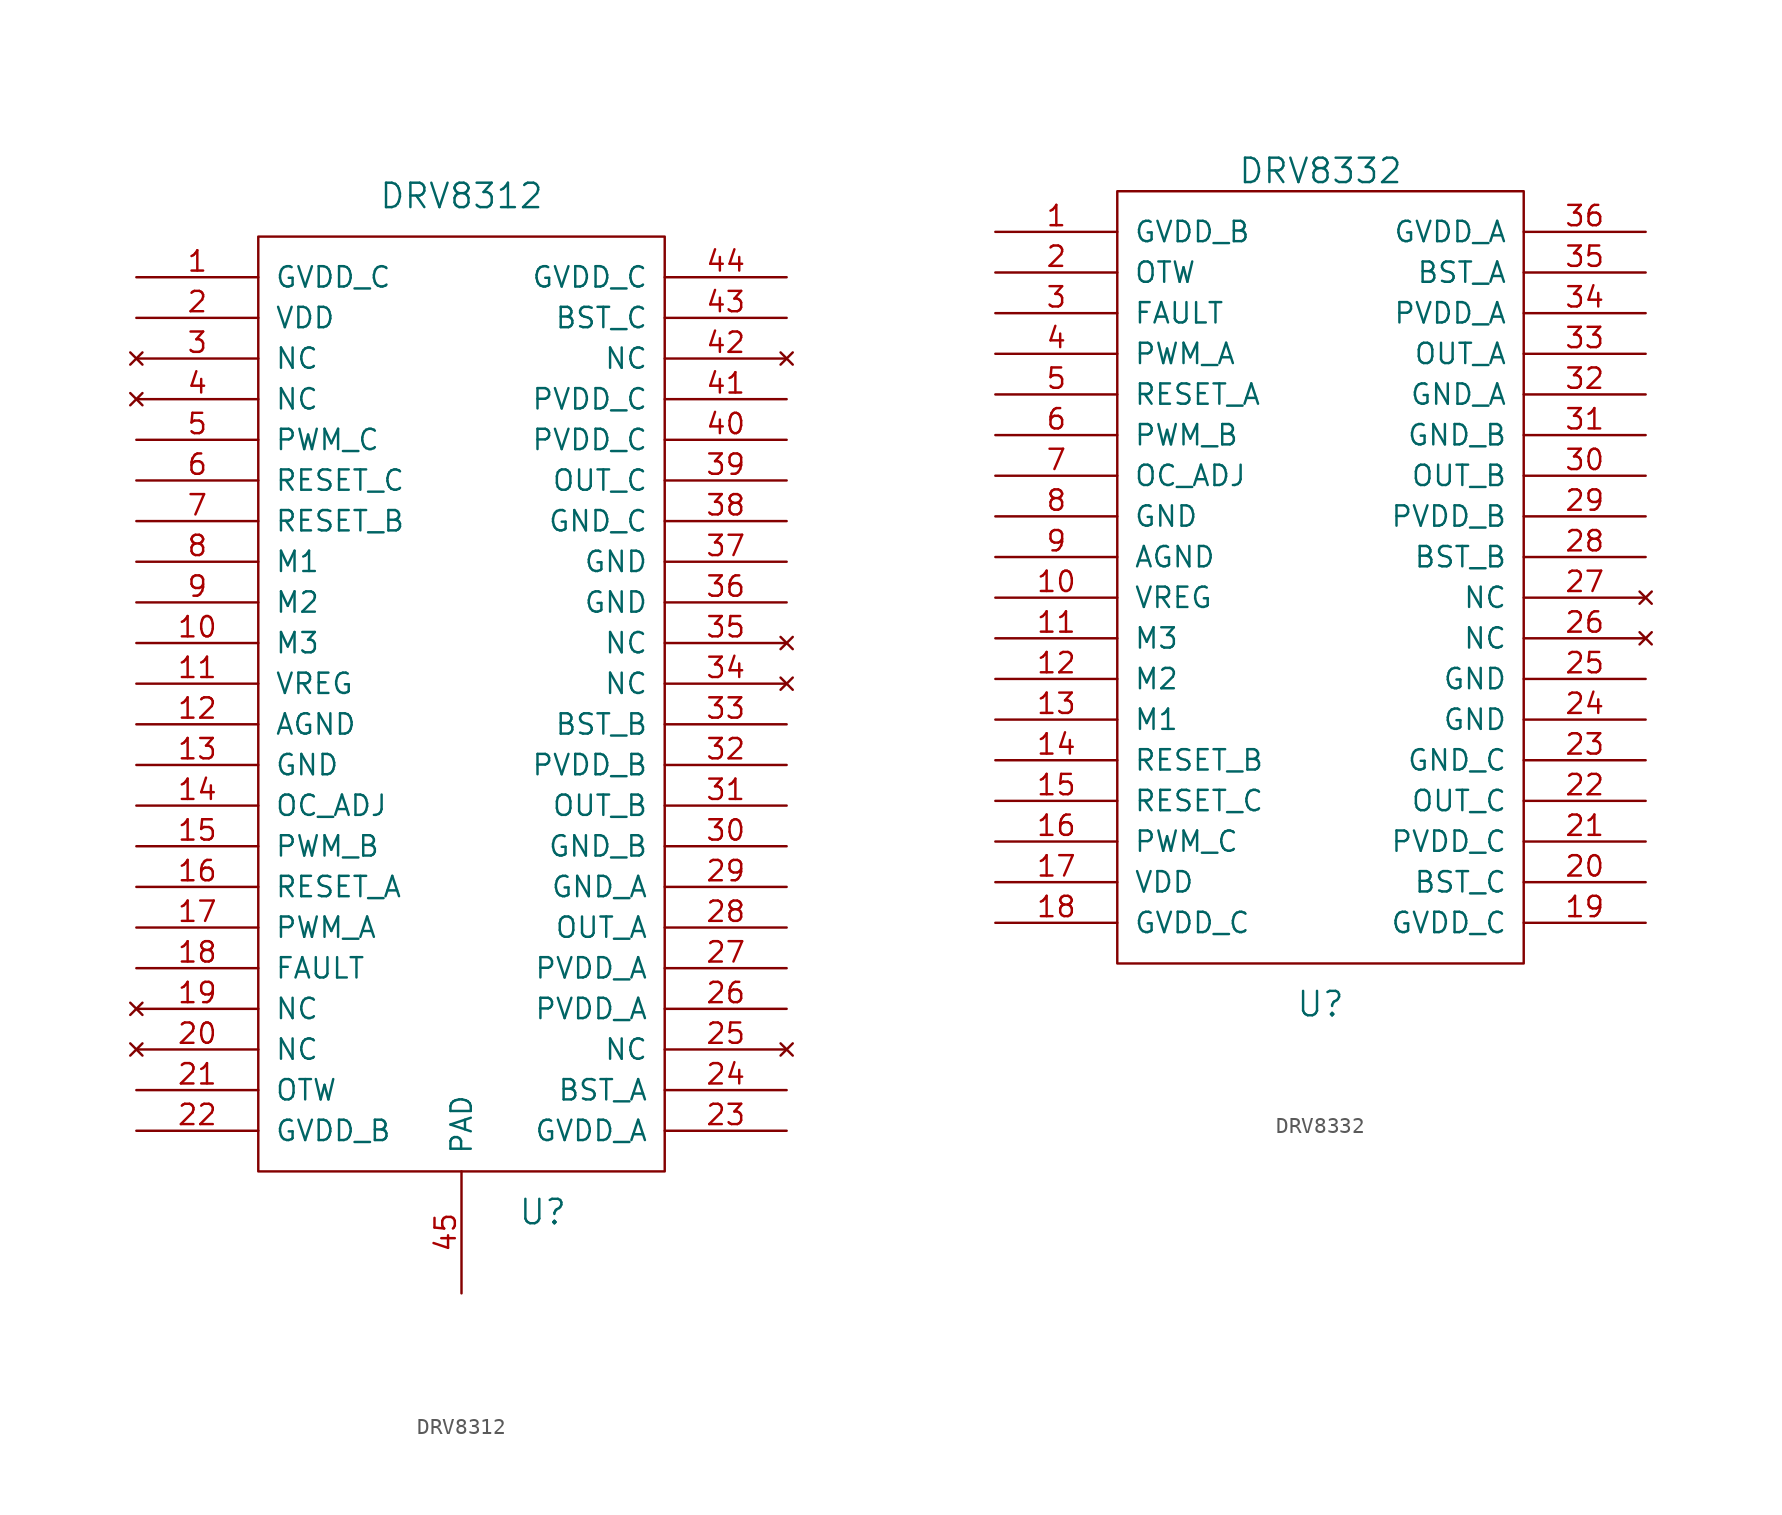
<source format=kicad_sym>
(kicad_symbol_lib
  (version 20211014)
  (generator kicad_symbol_editor)
  (symbol "DRV8312"
    (pin_names
      (offset 1.016))
    (property "Reference" "U"
      (at 5.08 -31.75 0)
      (effects (font (size 1.524 1.524))))
    (property "Value" "DRV8312"
      (at 0 31.75 0)
      (effects (font (size 1.524 1.524))))
    (property "Footprint" ""
      (at 0 0 0)
      (effects (font (size 1.524 1.524))))
    (property "Datasheet" ""
      (at 0 0 0)
      (effects (font (size 1.524 1.524))))
    (symbol "DRV8312_0_1"
      (rectangle (start -12.7 29.21) (end 12.7 -29.21) (stroke (width 0) (type default) (color 0 0 0 0)) (fill (type none))))
    (symbol "DRV8312_1_1"
      (pin power_in line (at -20.32 26.67 0) (length 7.62) (name "GVDD_C" (effects (font (size 1.27 1.27)))) (number "1" (effects (font (size 1.27 1.27)))))
      (pin input line (at -20.32 3.81 0) (length 7.62) (name "M3" (effects (font (size 1.27 1.27)))) (number "10" (effects (font (size 1.27 1.27)))))
      (pin power_out line (at -20.32 1.27 0) (length 7.62) (name "VREG" (effects (font (size 1.27 1.27)))) (number "11" (effects (font (size 1.27 1.27)))))
      (pin power_in line (at -20.32 -1.27 0) (length 7.62) (name "AGND" (effects (font (size 1.27 1.27)))) (number "12" (effects (font (size 1.27 1.27)))))
      (pin power_in line (at -20.32 -3.81 0) (length 7.62) (name "GND" (effects (font (size 1.27 1.27)))) (number "13" (effects (font (size 1.27 1.27)))))
      (pin output line (at -20.32 -6.35 0) (length 7.62) (name "OC_ADJ" (effects (font (size 1.27 1.27)))) (number "14" (effects (font (size 1.27 1.27)))))
      (pin input line (at -20.32 -8.89 0) (length 7.62) (name "PWM_B" (effects (font (size 1.27 1.27)))) (number "15" (effects (font (size 1.27 1.27)))))
      (pin input line (at -20.32 -11.43 0) (length 7.62) (name "RESET_A" (effects (font (size 1.27 1.27)))) (number "16" (effects (font (size 1.27 1.27)))))
      (pin input line (at -20.32 -13.97 0) (length 7.62) (name "PWM_A" (effects (font (size 1.27 1.27)))) (number "17" (effects (font (size 1.27 1.27)))))
      (pin output line (at -20.32 -16.51 0) (length 7.62) (name "FAULT" (effects (font (size 1.27 1.27)))) (number "18" (effects (font (size 1.27 1.27)))))
      (pin no_connect line (at -20.32 -19.05 0) (length 7.62) (name "NC" (effects (font (size 1.27 1.27)))) (number "19" (effects (font (size 1.27 1.27)))))
      (pin power_in line (at -20.32 24.13 0) (length 7.62) (name "VDD" (effects (font (size 1.27 1.27)))) (number "2" (effects (font (size 1.27 1.27)))))
      (pin no_connect line (at -20.32 -21.59 0) (length 7.62) (name "NC" (effects (font (size 1.27 1.27)))) (number "20" (effects (font (size 1.27 1.27)))))
      (pin output line (at -20.32 -24.13 0) (length 7.62) (name "OTW" (effects (font (size 1.27 1.27)))) (number "21" (effects (font (size 1.27 1.27)))))
      (pin power_in line (at -20.32 -26.67 0) (length 7.62) (name "GVDD_B" (effects (font (size 1.27 1.27)))) (number "22" (effects (font (size 1.27 1.27)))))
      (pin power_in line (at 20.32 -26.67 180) (length 7.62) (name "GVDD_A" (effects (font (size 1.27 1.27)))) (number "23" (effects (font (size 1.27 1.27)))))
      (pin power_out line (at 20.32 -24.13 180) (length 7.62) (name "BST_A" (effects (font (size 1.27 1.27)))) (number "24" (effects (font (size 1.27 1.27)))))
      (pin no_connect line (at 20.32 -21.59 180) (length 7.62) (name "NC" (effects (font (size 1.27 1.27)))) (number "25" (effects (font (size 1.27 1.27)))))
      (pin power_in line (at 20.32 -19.05 180) (length 7.62) (name "PVDD_A" (effects (font (size 1.27 1.27)))) (number "26" (effects (font (size 1.27 1.27)))))
      (pin power_in line (at 20.32 -16.51 180) (length 7.62) (name "PVDD_A" (effects (font (size 1.27 1.27)))) (number "27" (effects (font (size 1.27 1.27)))))
      (pin output line (at 20.32 -13.97 180) (length 7.62) (name "OUT_A" (effects (font (size 1.27 1.27)))) (number "28" (effects (font (size 1.27 1.27)))))
      (pin power_in line (at 20.32 -11.43 180) (length 7.62) (name "GND_A" (effects (font (size 1.27 1.27)))) (number "29" (effects (font (size 1.27 1.27)))))
      (pin no_connect line (at -20.32 21.59 0) (length 7.62) (name "NC" (effects (font (size 1.27 1.27)))) (number "3" (effects (font (size 1.27 1.27)))))
      (pin power_in line (at 20.32 -8.89 180) (length 7.62) (name "GND_B" (effects (font (size 1.27 1.27)))) (number "30" (effects (font (size 1.27 1.27)))))
      (pin output line (at 20.32 -6.35 180) (length 7.62) (name "OUT_B" (effects (font (size 1.27 1.27)))) (number "31" (effects (font (size 1.27 1.27)))))
      (pin power_in line (at 20.32 -3.81 180) (length 7.62) (name "PVDD_B" (effects (font (size 1.27 1.27)))) (number "32" (effects (font (size 1.27 1.27)))))
      (pin power_out line (at 20.32 -1.27 180) (length 7.62) (name "BST_B" (effects (font (size 1.27 1.27)))) (number "33" (effects (font (size 1.27 1.27)))))
      (pin no_connect line (at 20.32 1.27 180) (length 7.62) (name "NC" (effects (font (size 1.27 1.27)))) (number "34" (effects (font (size 1.27 1.27)))))
      (pin no_connect line (at 20.32 3.81 180) (length 7.62) (name "NC" (effects (font (size 1.27 1.27)))) (number "35" (effects (font (size 1.27 1.27)))))
      (pin power_in line (at 20.32 6.35 180) (length 7.62) (name "GND" (effects (font (size 1.27 1.27)))) (number "36" (effects (font (size 1.27 1.27)))))
      (pin power_in line (at 20.32 8.89 180) (length 7.62) (name "GND" (effects (font (size 1.27 1.27)))) (number "37" (effects (font (size 1.27 1.27)))))
      (pin power_in line (at 20.32 11.43 180) (length 7.62) (name "GND_C" (effects (font (size 1.27 1.27)))) (number "38" (effects (font (size 1.27 1.27)))))
      (pin output line (at 20.32 13.97 180) (length 7.62) (name "OUT_C" (effects (font (size 1.27 1.27)))) (number "39" (effects (font (size 1.27 1.27)))))
      (pin no_connect line (at -20.32 19.05 0) (length 7.62) (name "NC" (effects (font (size 1.27 1.27)))) (number "4" (effects (font (size 1.27 1.27)))))
      (pin power_in line (at 20.32 16.51 180) (length 7.62) (name "PVDD_C" (effects (font (size 1.27 1.27)))) (number "40" (effects (font (size 1.27 1.27)))))
      (pin power_in line (at 20.32 19.05 180) (length 7.62) (name "PVDD_C" (effects (font (size 1.27 1.27)))) (number "41" (effects (font (size 1.27 1.27)))))
      (pin no_connect line (at 20.32 21.59 180) (length 7.62) (name "NC" (effects (font (size 1.27 1.27)))) (number "42" (effects (font (size 1.27 1.27)))))
      (pin power_out line (at 20.32 24.13 180) (length 7.62) (name "BST_C" (effects (font (size 1.27 1.27)))) (number "43" (effects (font (size 1.27 1.27)))))
      (pin power_in line (at 20.32 26.67 180) (length 7.62) (name "GVDD_C" (effects (font (size 1.27 1.27)))) (number "44" (effects (font (size 1.27 1.27)))))
      (pin input line (at 0 -36.83 90) (length 7.62) (name "PAD" (effects (font (size 1.27 1.27)))) (number "45" (effects (font (size 1.27 1.27)))))
      (pin input line (at -20.32 16.51 0) (length 7.62) (name "PWM_C" (effects (font (size 1.27 1.27)))) (number "5" (effects (font (size 1.27 1.27)))))
      (pin input line (at -20.32 13.97 0) (length 7.62) (name "RESET_C" (effects (font (size 1.27 1.27)))) (number "6" (effects (font (size 1.27 1.27)))))
      (pin input line (at -20.32 11.43 0) (length 7.62) (name "RESET_B" (effects (font (size 1.27 1.27)))) (number "7" (effects (font (size 1.27 1.27)))))
      (pin input line (at -20.32 8.89 0) (length 7.62) (name "M1" (effects (font (size 1.27 1.27)))) (number "8" (effects (font (size 1.27 1.27)))))
      (pin input line (at -20.32 6.35 0) (length 7.62) (name "M2" (effects (font (size 1.27 1.27)))) (number "9" (effects (font (size 1.27 1.27)))))))
  (symbol "DRV8332"
    (pin_names
      (offset 1.016))
    (property "Reference" "U"
      (at 0 -26.67 0)
      (effects (font (size 1.524 1.524))))
    (property "Value" "DRV8332"
      (at 0 25.4 0)
      (effects (font (size 1.524 1.524))))
    (property "Footprint" ""
      (at 0 0 0)
      (effects (font (size 1.524 1.524))))
    (property "Datasheet" ""
      (at 0 0 0)
      (effects (font (size 1.524 1.524))))
    (symbol "DRV8332_0_1"
      (rectangle (start -12.7 24.13) (end 12.7 -24.13) (stroke (width 0) (type default) (color 0 0 0 0)) (fill (type none))))
    (symbol "DRV8332_1_1"
      (pin power_in line (at -20.32 21.59 0) (length 7.62) (name "GVDD_B" (effects (font (size 1.27 1.27)))) (number "1" (effects (font (size 1.27 1.27)))))
      (pin power_out line (at -20.32 -1.27 0) (length 7.62) (name "VREG" (effects (font (size 1.27 1.27)))) (number "10" (effects (font (size 1.27 1.27)))))
      (pin input line (at -20.32 -3.81 0) (length 7.62) (name "M3" (effects (font (size 1.27 1.27)))) (number "11" (effects (font (size 1.27 1.27)))))
      (pin input line (at -20.32 -6.35 0) (length 7.62) (name "M2" (effects (font (size 1.27 1.27)))) (number "12" (effects (font (size 1.27 1.27)))))
      (pin input line (at -20.32 -8.89 0) (length 7.62) (name "M1" (effects (font (size 1.27 1.27)))) (number "13" (effects (font (size 1.27 1.27)))))
      (pin input line (at -20.32 -11.43 0) (length 7.62) (name "RESET_B" (effects (font (size 1.27 1.27)))) (number "14" (effects (font (size 1.27 1.27)))))
      (pin input line (at -20.32 -13.97 0) (length 7.62) (name "RESET_C" (effects (font (size 1.27 1.27)))) (number "15" (effects (font (size 1.27 1.27)))))
      (pin input line (at -20.32 -16.51 0) (length 7.62) (name "PWM_C" (effects (font (size 1.27 1.27)))) (number "16" (effects (font (size 1.27 1.27)))))
      (pin power_in line (at -20.32 -19.05 0) (length 7.62) (name "VDD" (effects (font (size 1.27 1.27)))) (number "17" (effects (font (size 1.27 1.27)))))
      (pin power_in line (at -20.32 -21.59 0) (length 7.62) (name "GVDD_C" (effects (font (size 1.27 1.27)))) (number "18" (effects (font (size 1.27 1.27)))))
      (pin power_in line (at 20.32 -21.59 180) (length 7.62) (name "GVDD_C" (effects (font (size 1.27 1.27)))) (number "19" (effects (font (size 1.27 1.27)))))
      (pin output line (at -20.32 19.05 0) (length 7.62) (name "OTW" (effects (font (size 1.27 1.27)))) (number "2" (effects (font (size 1.27 1.27)))))
      (pin power_out line (at 20.32 -19.05 180) (length 7.62) (name "BST_C" (effects (font (size 1.27 1.27)))) (number "20" (effects (font (size 1.27 1.27)))))
      (pin power_in line (at 20.32 -16.51 180) (length 7.62) (name "PVDD_C" (effects (font (size 1.27 1.27)))) (number "21" (effects (font (size 1.27 1.27)))))
      (pin output line (at 20.32 -13.97 180) (length 7.62) (name "OUT_C" (effects (font (size 1.27 1.27)))) (number "22" (effects (font (size 1.27 1.27)))))
      (pin power_in line (at 20.32 -11.43 180) (length 7.62) (name "GND_C" (effects (font (size 1.27 1.27)))) (number "23" (effects (font (size 1.27 1.27)))))
      (pin power_in line (at 20.32 -8.89 180) (length 7.62) (name "GND" (effects (font (size 1.27 1.27)))) (number "24" (effects (font (size 1.27 1.27)))))
      (pin power_in line (at 20.32 -6.35 180) (length 7.62) (name "GND" (effects (font (size 1.27 1.27)))) (number "25" (effects (font (size 1.27 1.27)))))
      (pin no_connect line (at 20.32 -3.81 180) (length 7.62) (name "NC" (effects (font (size 1.27 1.27)))) (number "26" (effects (font (size 1.27 1.27)))))
      (pin no_connect line (at 20.32 -1.27 180) (length 7.62) (name "NC" (effects (font (size 1.27 1.27)))) (number "27" (effects (font (size 1.27 1.27)))))
      (pin power_out line (at 20.32 1.27 180) (length 7.62) (name "BST_B" (effects (font (size 1.27 1.27)))) (number "28" (effects (font (size 1.27 1.27)))))
      (pin power_in line (at 20.32 3.81 180) (length 7.62) (name "PVDD_B" (effects (font (size 1.27 1.27)))) (number "29" (effects (font (size 1.27 1.27)))))
      (pin output line (at -20.32 16.51 0) (length 7.62) (name "FAULT" (effects (font (size 1.27 1.27)))) (number "3" (effects (font (size 1.27 1.27)))))
      (pin output line (at 20.32 6.35 180) (length 7.62) (name "OUT_B" (effects (font (size 1.27 1.27)))) (number "30" (effects (font (size 1.27 1.27)))))
      (pin power_in line (at 20.32 8.89 180) (length 7.62) (name "GND_B" (effects (font (size 1.27 1.27)))) (number "31" (effects (font (size 1.27 1.27)))))
      (pin power_in line (at 20.32 11.43 180) (length 7.62) (name "GND_A" (effects (font (size 1.27 1.27)))) (number "32" (effects (font (size 1.27 1.27)))))
      (pin output line (at 20.32 13.97 180) (length 7.62) (name "OUT_A" (effects (font (size 1.27 1.27)))) (number "33" (effects (font (size 1.27 1.27)))))
      (pin power_in line (at 20.32 16.51 180) (length 7.62) (name "PVDD_A" (effects (font (size 1.27 1.27)))) (number "34" (effects (font (size 1.27 1.27)))))
      (pin power_out line (at 20.32 19.05 180) (length 7.62) (name "BST_A" (effects (font (size 1.27 1.27)))) (number "35" (effects (font (size 1.27 1.27)))))
      (pin power_in line (at 20.32 21.59 180) (length 7.62) (name "GVDD_A" (effects (font (size 1.27 1.27)))) (number "36" (effects (font (size 1.27 1.27)))))
      (pin input line (at -20.32 13.97 0) (length 7.62) (name "PWM_A" (effects (font (size 1.27 1.27)))) (number "4" (effects (font (size 1.27 1.27)))))
      (pin input line (at -20.32 11.43 0) (length 7.62) (name "RESET_A" (effects (font (size 1.27 1.27)))) (number "5" (effects (font (size 1.27 1.27)))))
      (pin input line (at -20.32 8.89 0) (length 7.62) (name "PWM_B" (effects (font (size 1.27 1.27)))) (number "6" (effects (font (size 1.27 1.27)))))
      (pin output line (at -20.32 6.35 0) (length 7.62) (name "OC_ADJ" (effects (font (size 1.27 1.27)))) (number "7" (effects (font (size 1.27 1.27)))))
      (pin power_in line (at -20.32 3.81 0) (length 7.62) (name "GND" (effects (font (size 1.27 1.27)))) (number "8" (effects (font (size 1.27 1.27)))))
      (pin power_in line (at -20.32 1.27 0) (length 7.62) (name "AGND" (effects (font (size 1.27 1.27)))) (number "9" (effects (font (size 1.27 1.27))))))))
</source>
